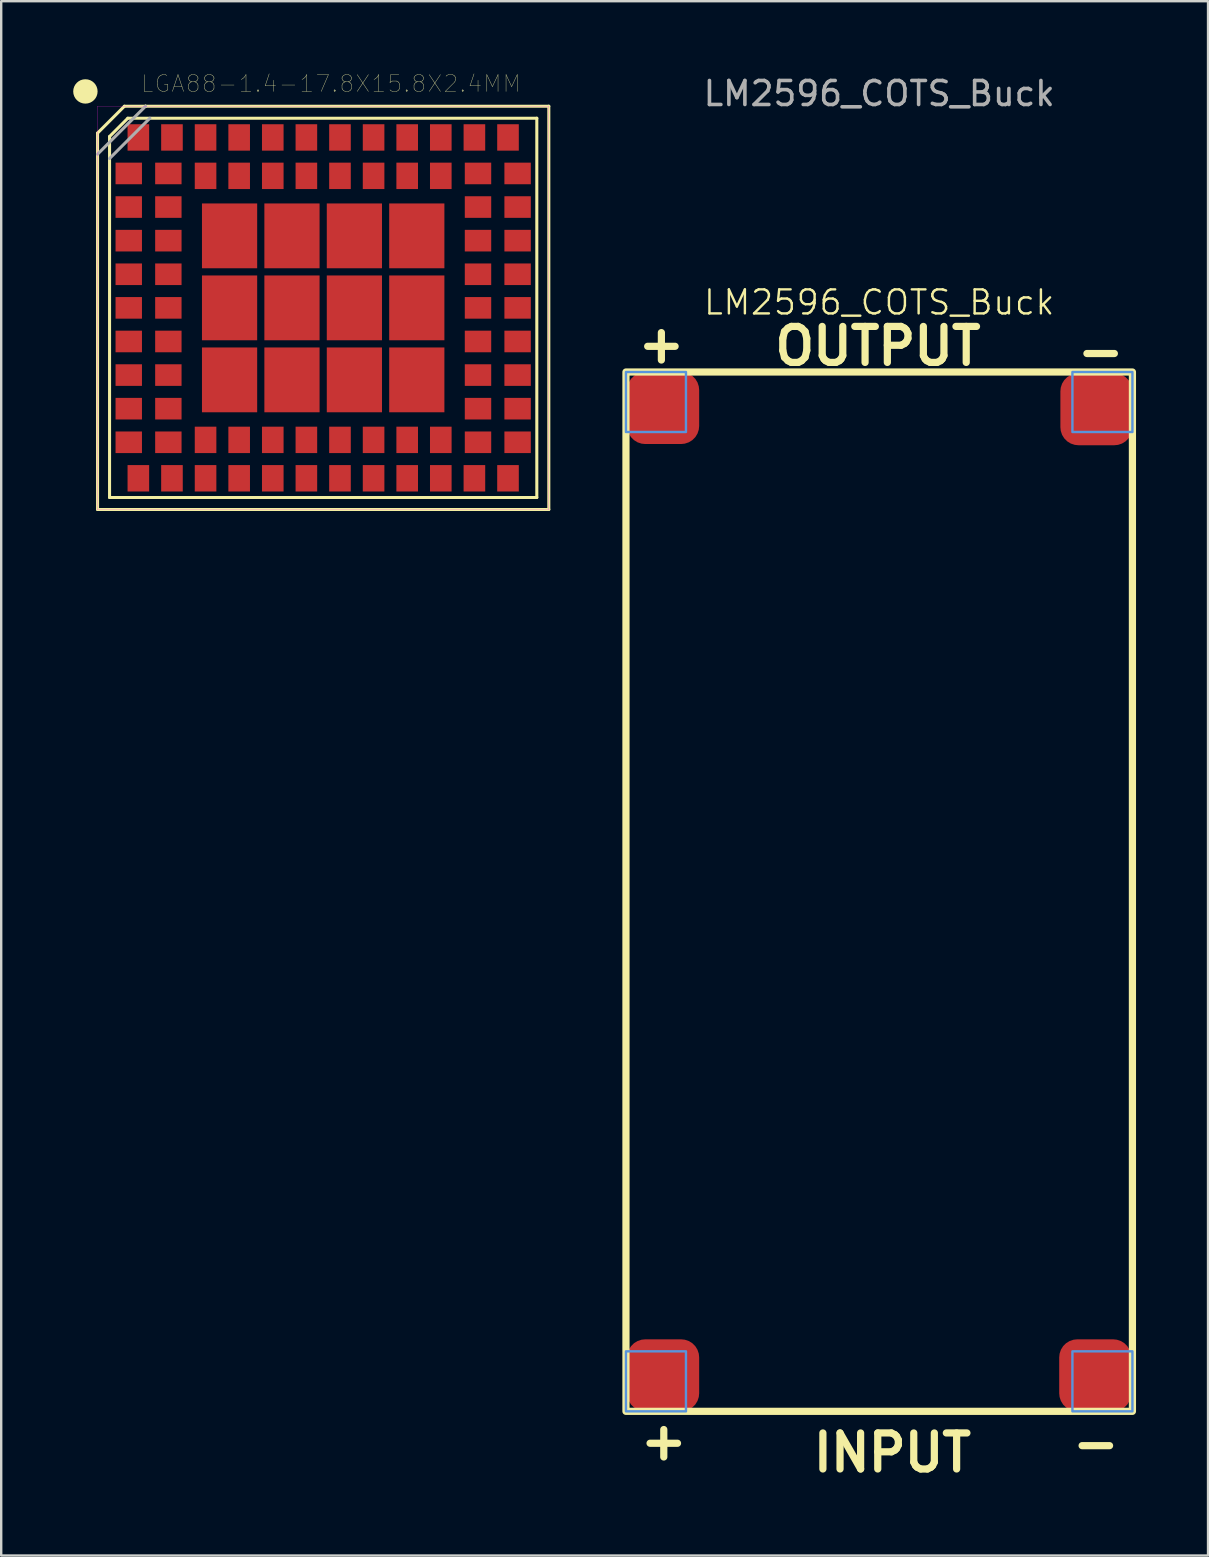
<source format=kicad_pcb>
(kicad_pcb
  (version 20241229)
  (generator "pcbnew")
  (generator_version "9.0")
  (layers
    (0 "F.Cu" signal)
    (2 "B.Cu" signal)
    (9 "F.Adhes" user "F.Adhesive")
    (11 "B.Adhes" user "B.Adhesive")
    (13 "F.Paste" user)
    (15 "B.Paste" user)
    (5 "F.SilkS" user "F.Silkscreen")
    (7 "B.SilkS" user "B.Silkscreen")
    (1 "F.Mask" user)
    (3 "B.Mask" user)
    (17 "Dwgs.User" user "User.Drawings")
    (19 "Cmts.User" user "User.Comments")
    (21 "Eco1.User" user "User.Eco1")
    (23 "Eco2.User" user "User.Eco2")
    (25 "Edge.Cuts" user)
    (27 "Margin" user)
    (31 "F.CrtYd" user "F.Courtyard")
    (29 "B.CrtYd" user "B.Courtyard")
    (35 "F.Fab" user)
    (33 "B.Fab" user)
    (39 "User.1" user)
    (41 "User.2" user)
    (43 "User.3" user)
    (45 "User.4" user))
  (footprint "LGA88-1.4-17.8X15.8X2.4MM"
    (layer "F.Cu")
    (at 10.414 9.776)
    (property "Reference" "LGA88-1.4-17.8X15.8X2.4MM" (at 0.318 -9.34 0) (layer "F.SilkS") (effects (font (size 0.7 0.7) (thickness 0.015))))
    (attr through_hole)
    (fp_line (start -9.4 -7.282) (end -8.282 -8.4) (stroke (width 0.127) (type solid)) (layer "F.SilkS"))
    (fp_line (start -9.4 8.4) (end -9.4 -7.282) (stroke (width 0.127) (type solid)) (layer "F.SilkS"))
    (fp_line (start -8.9 -7.138) (end -8.138 -7.9) (stroke (width 0.127) (type solid)) (layer "F.SilkS"))
    (fp_line (start -8.9 7.9) (end -8.9 -7.138) (stroke (width 0.127) (type solid)) (layer "F.SilkS"))
    (fp_line (start -8.282 -8.4) (end -7.402 -8.4) (stroke (width 0.127) (type solid)) (layer "F.SilkS"))
    (fp_line (start -8.138 -7.9) (end 8.9 -7.9) (stroke (width 0.127) (type solid)) (layer "F.SilkS"))
    (fp_line (start -7.402 -8.4) (end -7.4 -8.4) (stroke (width 0.127) (type solid)) (layer "F.SilkS"))
    (fp_line (start -7.4 -8.4) (end 9.4 -8.4) (stroke (width 0.127) (type solid)) (layer "F.SilkS"))
    (fp_line (start 8.9 -7.9) (end 8.9 7.9) (stroke (width 0.127) (type solid)) (layer "F.SilkS"))
    (fp_line (start 8.9 7.9) (end -8.9 7.9) (stroke (width 0.127) (type solid)) (layer "F.SilkS"))
    (fp_line (start 9.4 -8.4) (end 9.4 8.4) (stroke (width 0.127) (type solid)) (layer "F.SilkS"))
    (fp_line (start 9.4 8.4) (end -9.4 8.4) (stroke (width 0.127) (type solid)) (layer "F.SilkS"))
    (fp_circle (center -9.906 -9.017) (end -9.398 -9.017) (stroke (width 0) (type solid)) (fill yes) (layer "F.SilkS"))
    (fp_poly (pts (xy -9.412 -8.4) (xy 9.4 -8.4) (xy 9.4 8.411) (xy -9.412 8.411)) (stroke (width 0.01) (type solid)) (fill no) (layer "F.CrtYd"))
    (fp_line (start -9.4 -6.402) (end -7.402 -8.4) (stroke (width 0.127) (type solid)) (layer "F.Fab"))
    (fp_line (start -8.9 -6.222) (end -7.222 -7.9) (stroke (width 0.127) (type solid)) (layer "F.Fab"))
    (pad "1" smd rect (at -8.1 -5.6) (size 1.1 0.9) (layers "F.Cu" "F.Mask" "F.Paste"))
    (pad "2" smd rect (at -8.1 -4.2) (size 1.1 0.9) (layers "F.Cu" "F.Mask" "F.Paste"))
    (pad "3" smd rect (at -8.1 -2.8) (size 1.1 0.9) (layers "F.Cu" "F.Mask" "F.Paste"))
    (pad "4" smd rect (at -8.1 -1.4) (size 1.1 0.9) (layers "F.Cu" "F.Mask" "F.Paste"))
    (pad "5" smd rect (at -8.1 0) (size 1.1 0.9) (layers "F.Cu" "F.Mask" "F.Paste"))
    (pad "6" smd rect (at -8.1 1.4) (size 1.1 0.9) (layers "F.Cu" "F.Mask" "F.Paste"))
    (pad "7" smd rect (at -8.1 2.8) (size 1.1 0.9) (layers "F.Cu" "F.Mask" "F.Paste"))
    (pad "8" smd rect (at -8.1 4.2) (size 1.1 0.9) (layers "F.Cu" "F.Mask" "F.Paste"))
    (pad "9" smd rect (at -8.1 5.6) (size 1.1 0.9) (layers "F.Cu" "F.Mask" "F.Paste"))
    (pad "10" smd rect (at -7.7 7.1) (size 0.9 1.1) (layers "F.Cu" "F.Mask" "F.Paste"))
    (pad "11" smd rect (at -6.3 7.1) (size 0.9 1.1) (layers "F.Cu" "F.Mask" "F.Paste"))
    (pad "12" smd rect (at -4.9 7.1) (size 0.9 1.1) (layers "F.Cu" "F.Mask" "F.Paste"))
    (pad "13" smd rect (at -3.5 7.1) (size 0.9 1.1) (layers "F.Cu" "F.Mask" "F.Paste"))
    (pad "14" smd rect (at -2.1 7.1) (size 0.9 1.1) (layers "F.Cu" "F.Mask" "F.Paste"))
    (pad "15" smd rect (at -0.7 7.1) (size 0.9 1.1) (layers "F.Cu" "F.Mask" "F.Paste"))
    (pad "16" smd rect (at 0.7 7.1) (size 0.9 1.1) (layers "F.Cu" "F.Mask" "F.Paste"))
    (pad "17" smd rect (at 2.1 7.1) (size 0.9 1.1) (layers "F.Cu" "F.Mask" "F.Paste"))
    (pad "18" smd rect (at 3.5 7.1) (size 0.9 1.1) (layers "F.Cu" "F.Mask" "F.Paste"))
    (pad "19" smd rect (at 4.9 7.1) (size 0.9 1.1) (layers "F.Cu" "F.Mask" "F.Paste"))
    (pad "20" smd rect (at 6.3 7.1) (size 0.9 1.1) (layers "F.Cu" "F.Mask" "F.Paste"))
    (pad "21" smd rect (at 7.7 7.1) (size 0.9 1.1) (layers "F.Cu" "F.Mask" "F.Paste"))
    (pad "22" smd rect (at 8.1 5.6) (size 1.1 0.9) (layers "F.Cu" "F.Mask" "F.Paste"))
    (pad "23" smd rect (at 8.1 4.2) (size 1.1 0.9) (layers "F.Cu" "F.Mask" "F.Paste"))
    (pad "24" smd rect (at 8.1 2.8) (size 1.1 0.9) (layers "F.Cu" "F.Mask" "F.Paste"))
    (pad "25" smd rect (at 8.1 1.4) (size 1.1 0.9) (layers "F.Cu" "F.Mask" "F.Paste"))
    (pad "26" smd rect (at 8.1 0) (size 1.1 0.9) (layers "F.Cu" "F.Mask" "F.Paste"))
    (pad "27" smd rect (at 8.1 -1.4) (size 1.1 0.9) (layers "F.Cu" "F.Mask" "F.Paste"))
    (pad "28" smd rect (at 8.1 -2.8) (size 1.1 0.9) (layers "F.Cu" "F.Mask" "F.Paste"))
    (pad "29" smd rect (at 8.1 -4.2) (size 1.1 0.9) (layers "F.Cu" "F.Mask" "F.Paste"))
    (pad "30" smd rect (at 8.1 -5.6) (size 1.1 0.9) (layers "F.Cu" "F.Mask" "F.Paste"))
    (pad "31" smd rect (at 7.7 -7.1) (size 0.9 1.1) (layers "F.Cu" "F.Mask" "F.Paste"))
    (pad "32" smd rect (at 6.3 -7.1) (size 0.9 1.1) (layers "F.Cu" "F.Mask" "F.Paste"))
    (pad "33" smd rect (at 4.9 -7.1) (size 0.9 1.1) (layers "F.Cu" "F.Mask" "F.Paste"))
    (pad "34" smd rect (at 3.5 -7.1) (size 0.9 1.1) (layers "F.Cu" "F.Mask" "F.Paste"))
    (pad "35" smd rect (at 2.1 -7.1) (size 0.9 1.1) (layers "F.Cu" "F.Mask" "F.Paste"))
    (pad "36" smd rect (at 0.7 -7.1) (size 0.9 1.1) (layers "F.Cu" "F.Mask" "F.Paste"))
    (pad "37" smd rect (at -0.7 -7.1) (size 0.9 1.1) (layers "F.Cu" "F.Mask" "F.Paste"))
    (pad "38" smd rect (at -2.1 -7.1) (size 0.9 1.1) (layers "F.Cu" "F.Mask" "F.Paste"))
    (pad "39" smd rect (at -3.5 -7.1) (size 0.9 1.1) (layers "F.Cu" "F.Mask" "F.Paste"))
    (pad "40" smd rect (at -4.9 -7.1) (size 0.9 1.1) (layers "F.Cu" "F.Mask" "F.Paste"))
    (pad "41" smd rect (at -6.3 -7.1) (size 0.9 1.1) (layers "F.Cu" "F.Mask" "F.Paste"))
    (pad "42" smd rect (at -7.7 -7.1) (size 0.9 1.1) (layers "F.Cu" "F.Mask" "F.Paste"))
    (pad "43" smd rect (at -6.45 -5.6) (size 1.1 0.9) (layers "F.Cu" "F.Mask" "F.Paste"))
    (pad "44" smd rect (at -6.45 -4.2) (size 1.1 0.9) (layers "F.Cu" "F.Mask" "F.Paste"))
    (pad "45" smd rect (at -6.45 -2.8) (size 1.1 0.9) (layers "F.Cu" "F.Mask" "F.Paste"))
    (pad "46" smd rect (at -6.45 -1.4) (size 1.1 0.9) (layers "F.Cu" "F.Mask" "F.Paste"))
    (pad "47" smd rect (at -6.45 0) (size 1.1 0.9) (layers "F.Cu" "F.Mask" "F.Paste"))
    (pad "48" smd rect (at -6.45 1.4) (size 1.1 0.9) (layers "F.Cu" "F.Mask" "F.Paste"))
    (pad "49" smd rect (at -6.45 2.8) (size 1.1 0.9) (layers "F.Cu" "F.Mask" "F.Paste"))
    (pad "50" smd rect (at -6.45 4.2) (size 1.1 0.9) (layers "F.Cu" "F.Mask" "F.Paste"))
    (pad "51" smd rect (at -6.45 5.6) (size 1.1 0.9) (layers "F.Cu" "F.Mask" "F.Paste"))
    (pad "52" smd rect (at -4.9 5.5) (size 0.9 1.1) (layers "F.Cu" "F.Mask" "F.Paste"))
    (pad "53" smd rect (at -3.5 5.5) (size 0.9 1.1) (layers "F.Cu" "F.Mask" "F.Paste"))
    (pad "54" smd rect (at -2.1 5.5) (size 0.9 1.1) (layers "F.Cu" "F.Mask" "F.Paste"))
    (pad "55" smd rect (at -0.7 5.5) (size 0.9 1.1) (layers "F.Cu" "F.Mask" "F.Paste"))
    (pad "56" smd rect (at 0.7 5.5) (size 0.9 1.1) (layers "F.Cu" "F.Mask" "F.Paste"))
    (pad "57" smd rect (at 2.1 5.5) (size 0.9 1.1) (layers "F.Cu" "F.Mask" "F.Paste"))
    (pad "58" smd rect (at 3.5 5.5) (size 0.9 1.1) (layers "F.Cu" "F.Mask" "F.Paste"))
    (pad "59" smd rect (at 4.9 5.5) (size 0.9 1.1) (layers "F.Cu" "F.Mask" "F.Paste"))
    (pad "60" smd rect (at 6.45 5.6) (size 1.1 0.9) (layers "F.Cu" "F.Mask" "F.Paste"))
    (pad "61" smd rect (at 6.45 4.2) (size 1.1 0.9) (layers "F.Cu" "F.Mask" "F.Paste"))
    (pad "62" smd rect (at 6.45 2.8) (size 1.1 0.9) (layers "F.Cu" "F.Mask" "F.Paste"))
    (pad "63" smd rect (at 6.45 1.4) (size 1.1 0.9) (layers "F.Cu" "F.Mask" "F.Paste"))
    (pad "64" smd rect (at 6.45 0) (size 1.1 0.9) (layers "F.Cu" "F.Mask" "F.Paste"))
    (pad "65" smd rect (at 6.45 -1.4) (size 1.1 0.9) (layers "F.Cu" "F.Mask" "F.Paste"))
    (pad "66" smd rect (at 6.45 -2.8) (size 1.1 0.9) (layers "F.Cu" "F.Mask" "F.Paste"))
    (pad "67" smd rect (at 6.45 -4.2) (size 1.1 0.9) (layers "F.Cu" "F.Mask" "F.Paste"))
    (pad "68" smd rect (at 6.45 -5.6) (size 1.1 0.9) (layers "F.Cu" "F.Mask" "F.Paste"))
    (pad "69" smd rect (at 4.9 -5.5) (size 0.9 1.1) (layers "F.Cu" "F.Mask" "F.Paste"))
    (pad "70" smd rect (at 3.5 -5.5) (size 0.9 1.1) (layers "F.Cu" "F.Mask" "F.Paste"))
    (pad "71" smd rect (at 2.1 -5.5) (size 0.9 1.1) (layers "F.Cu" "F.Mask" "F.Paste"))
    (pad "72" smd rect (at 0.7 -5.5) (size 0.9 1.1) (layers "F.Cu" "F.Mask" "F.Paste"))
    (pad "73" smd rect (at -0.7 -5.5) (size 0.9 1.1) (layers "F.Cu" "F.Mask" "F.Paste"))
    (pad "74" smd rect (at -2.1 -5.5) (size 0.9 1.1) (layers "F.Cu" "F.Mask" "F.Paste"))
    (pad "75" smd rect (at -3.5 -5.5) (size 0.9 1.1) (layers "F.Cu" "F.Mask" "F.Paste"))
    (pad "76" smd rect (at -4.9 -5.5) (size 0.9 1.1) (layers "F.Cu" "F.Mask" "F.Paste"))
    (pad "77" smd rect (at -3.9 -3) (size 2.3 2.7) (layers "F.Cu" "F.Mask" "F.Paste"))
    (pad "78" smd rect (at -3.9 0) (size 2.3 2.7) (layers "F.Cu" "F.Mask" "F.Paste"))
    (pad "79" smd rect (at -3.9 3) (size 2.3 2.7) (layers "F.Cu" "F.Mask" "F.Paste"))
    (pad "80" smd rect (at -1.3 3) (size 2.3 2.7) (layers "F.Cu" "F.Mask" "F.Paste"))
    (pad "81" smd rect (at 1.3 3) (size 2.3 2.7) (layers "F.Cu" "F.Mask" "F.Paste"))
    (pad "82" smd rect (at 3.9 3) (size 2.3 2.7) (layers "F.Cu" "F.Mask" "F.Paste"))
    (pad "83" smd rect (at 3.9 0) (size 2.3 2.7) (layers "F.Cu" "F.Mask" "F.Paste"))
    (pad "84" smd rect (at 3.9 -3) (size 2.3 2.7) (layers "F.Cu" "F.Mask" "F.Paste"))
    (pad "85" smd rect (at 1.3 -3) (size 2.3 2.7) (layers "F.Cu" "F.Mask" "F.Paste"))
    (pad "86" smd rect (at -1.3 -3) (size 2.3 2.7) (layers "F.Cu" "F.Mask" "F.Paste"))
    (pad "87" smd rect (at -1.3 0) (size 2.3 2.7) (layers "F.Cu" "F.Mask" "F.Paste"))
    (pad "88" smd rect (at 1.3 0) (size 2.3 2.7) (layers "F.Cu" "F.Mask" "F.Paste")))
  (footprint "LM2596_COTS_Buck"
    (layer "F.Cu")
    (at 33.578 10.748)
    (property "Reference" "LM2596_COTS_Buck" (at 0 -1.2 0) (unlocked yes) (layer "F.SilkS") (effects (font (size 1 1) (thickness 0.1))))
    (attr smd)
    (fp_rect (start -10.55 1.7) (end 10.55 45) (stroke (width 0.3) (type default)) (fill no) (layer "F.SilkS"))
    (fp_rect (start -10.55 1.7) (end -8.05 4.2) (stroke (width 0.1) (type default)) (fill no) (layer "Cmts.User"))
    (fp_rect (start -10.55 42.5) (end -8.05 45) (stroke (width 0.1) (type default)) (fill no) (layer "Cmts.User"))
    (fp_rect (start 8.05 1.7) (end 10.55 4.2) (stroke (width 0.1) (type default)) (fill no) (layer "Cmts.User"))
    (fp_rect (start 8.05 42.5) (end 10.55 45) (stroke (width 0.1) (type default)) (fill no) (layer "Cmts.User"))
    (fp_text user "INPUT" (at -2.9 47.6 0) (unlocked yes) (layer "F.SilkS") (effects (font (size 1.5 1.5) (thickness 0.3) (bold yes)) (justify left bottom)))
    (fp_text user "+" (at -10.2 1.4 0) (unlocked yes) (layer "F.SilkS") (effects (font (size 1.5 1.5) (thickness 0.3) (bold yes)) (justify left bottom)))
    (fp_text user "-" (at 7.9 47.2 0) (unlocked yes) (layer "F.SilkS") (effects (font (size 1.5 1.5) (thickness 0.3) (bold yes)) (justify left bottom)))
    (fp_text user "+" (at -10.1 47.1 0) (unlocked yes) (layer "F.SilkS") (effects (font (size 1.5 1.5) (thickness 0.3) (bold yes)) (justify left bottom)))
    (fp_text user "OUTPUT" (at -4.5 1.5 0) (unlocked yes) (layer "F.SilkS") (effects (font (size 1.5 1.5) (thickness 0.3) (bold yes)) (justify left bottom)))
    (fp_text user "-" (at 8.1 1.7 0) (unlocked yes) (layer "F.SilkS") (effects (font (size 1.5 1.5) (thickness 0.3) (bold yes)) (justify left bottom)))
    (fp_text user "${REFERENCE}" (at 0 -9.9 0) (unlocked yes) (layer "F.Fab") (effects (font (size 1 1) (thickness 0.15))))
    (pad "1" smd roundrect (at -9 43.5) (size 3 3) (layers "F.Cu" "F.Mask" "F.Paste") (roundrect_rratio 0.25))
    (pad "2" smd roundrect (at 9 43.5) (size 3 3) (layers "F.Cu" "F.Mask" "F.Paste") (roundrect_rratio 0.25))
    (pad "3" smd roundrect (at -9 3.2) (size 3 3) (layers "F.Cu" "F.Mask" "F.Paste") (roundrect_rratio 0.25))
    (pad "4" smd roundrect (at 9.049 3.251) (size 3 3) (layers "F.Cu" "F.Mask" "F.Paste") (roundrect_rratio 0.25)))
  (gr_rect
    (start -3 -3)
    (end 47.278 61.756)
    (stroke (width 0.1) (type default))
    (fill no)
    (layer "Edge.Cuts")))
</source>
